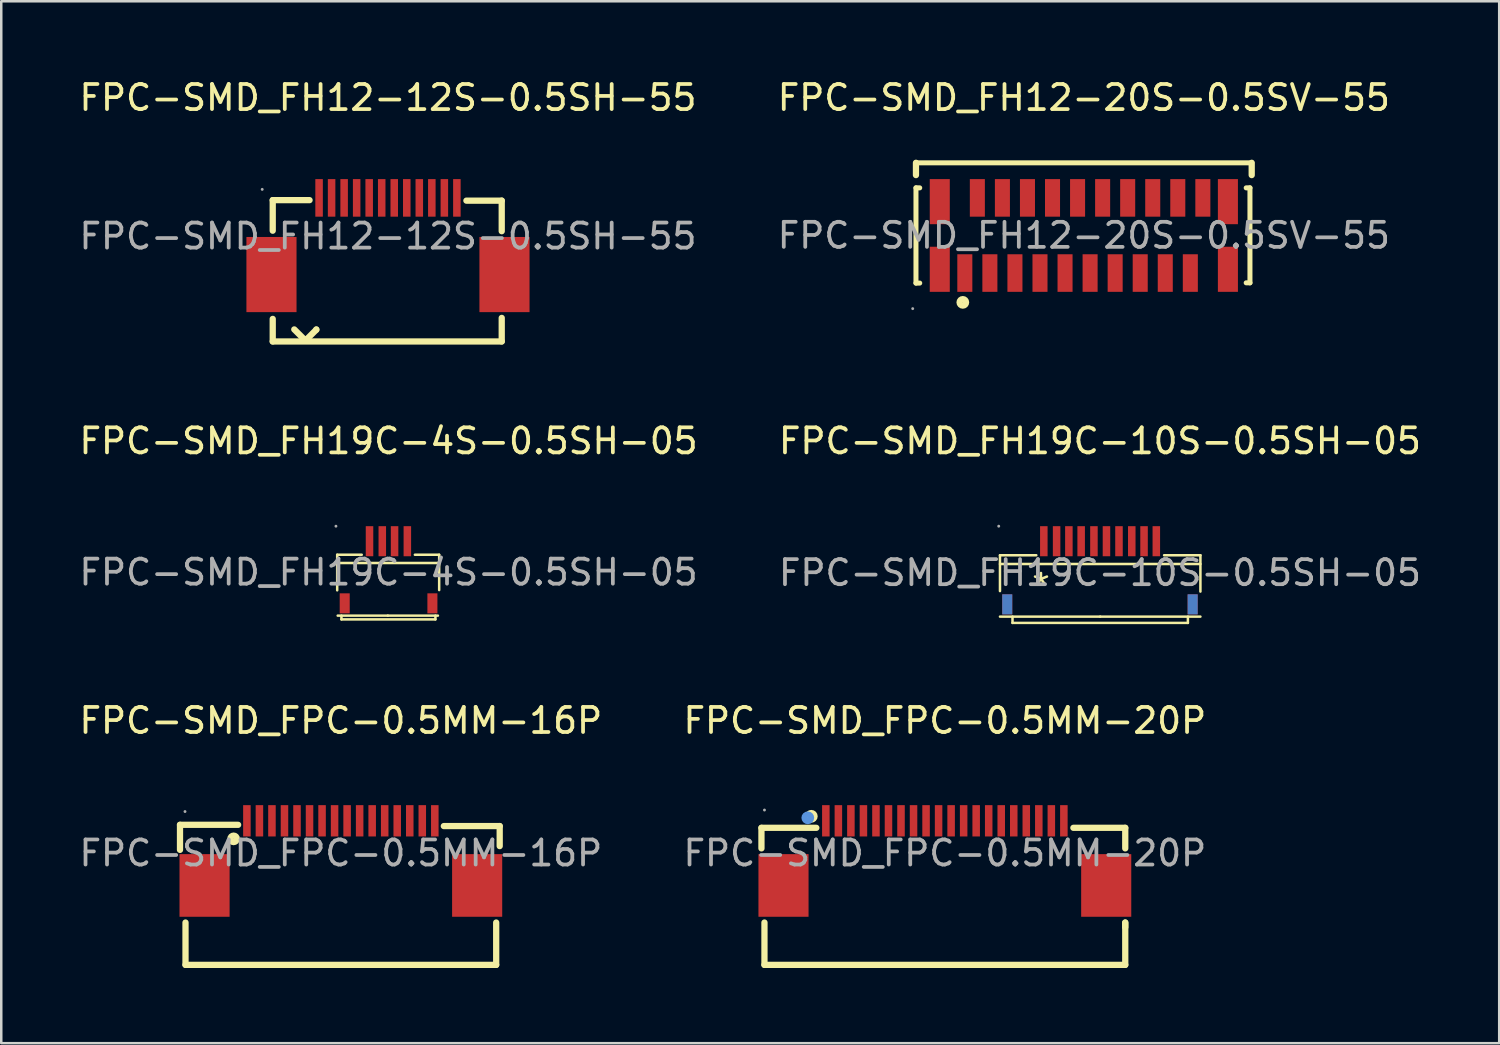
<source format=kicad_pcb>
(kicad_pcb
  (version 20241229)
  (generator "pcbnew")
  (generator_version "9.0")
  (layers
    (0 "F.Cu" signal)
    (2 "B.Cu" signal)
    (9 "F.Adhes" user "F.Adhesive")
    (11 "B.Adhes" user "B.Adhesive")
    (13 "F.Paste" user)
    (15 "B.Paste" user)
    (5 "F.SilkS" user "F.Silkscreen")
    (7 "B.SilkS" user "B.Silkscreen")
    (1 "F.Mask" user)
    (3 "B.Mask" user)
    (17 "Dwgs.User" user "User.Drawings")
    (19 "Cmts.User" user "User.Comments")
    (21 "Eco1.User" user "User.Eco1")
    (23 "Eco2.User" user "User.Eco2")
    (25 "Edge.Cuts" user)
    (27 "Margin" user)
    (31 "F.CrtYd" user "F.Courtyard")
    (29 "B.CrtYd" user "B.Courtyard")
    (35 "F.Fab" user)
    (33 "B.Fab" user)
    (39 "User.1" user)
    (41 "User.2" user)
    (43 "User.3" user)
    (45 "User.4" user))
  (footprint "FPC-SMD_FH19C-10S-0.5SH-05"
    (layer "F.Cu")
    (at 40.851 19.811)
    (property "Reference" "FPC-SMD_FH19C-10S-0.5SH-05" (at 0 -5.26 0) (layer "F.SilkS") (effects (font (size 1 1) (thickness 0.15))))
    (attr through_hole)
    (fp_line (start -3.99 -0.7) (end -2.54 -0.7) (stroke (width 0.1) (type solid)) (layer "F.SilkS"))
    (fp_line (start -3.99 -0.35) (end 4.01 -0.35) (stroke (width 0.1) (type solid)) (layer "F.SilkS"))
    (fp_line (start -3.99 0.73) (end -3.99 -0.7) (stroke (width 0.1) (type solid)) (layer "F.SilkS"))
    (fp_line (start -3.99 1.75) (end 0.01 1.75) (stroke (width 0.1) (type solid)) (layer "F.SilkS"))
    (fp_line (start -3.49 1.75) (end -3.49 2) (stroke (width 0.1) (type solid)) (layer "F.SilkS"))
    (fp_line (start -3.49 2) (end 3.51 2) (stroke (width 0.1) (type solid)) (layer "F.SilkS"))
    (fp_line (start 2.56 -0.7) (end 4.01 -0.7) (stroke (width 0.1) (type solid)) (layer "F.SilkS"))
    (fp_line (start 3.51 2) (end 3.51 1.75) (stroke (width 0.1) (type solid)) (layer "F.SilkS"))
    (fp_line (start 4.01 -0.7) (end 4.01 0.75) (stroke (width 0.1) (type solid)) (layer "F.SilkS"))
    (fp_line (start 4.01 1.75) (end 0.01 1.75) (stroke (width 0.1) (type solid)) (layer "F.SilkS"))
    (fp_circle (center -4.04 -1.86) (end -4.01 -1.86) (stroke (width 0.06) (type solid)) (fill no) (layer "F.Fab"))
    (fp_text user "*" (at -2.8 0.55 0) (layer "F.SilkS") (effects (font (size 1 1) (thickness 0.1)) (justify left)))
    (fp_text user "${REFERENCE}" (at 0 0 0) (layer "F.Fab") (effects (font (size 1 1) (thickness 0.15))))
    (pad "1" smd rect (at -2.24 -1.26 180) (size 0.3 1.2) (layers "F.Cu" "F.Mask" "F.Paste"))
    (pad "2" smd rect (at -1.73 -1.26 180) (size 0.3 1.2) (layers "F.Cu" "F.Mask" "F.Paste"))
    (pad "3" smd rect (at -1.24 -1.26 180) (size 0.3 1.2) (layers "F.Cu" "F.Mask" "F.Paste"))
    (pad "4" smd rect (at -0.75 -1.26 180) (size 0.3 1.2) (layers "F.Cu" "F.Mask" "F.Paste"))
    (pad "5" smd rect (at -0.24 -1.26 180) (size 0.3 1.2) (layers "F.Cu" "F.Mask" "F.Paste"))
    (pad "6" smd rect (at 0.26 -1.26 180) (size 0.3 1.2) (layers "F.Cu" "F.Mask" "F.Paste"))
    (pad "7" smd rect (at 0.76 -1.26 180) (size 0.3 1.2) (layers "F.Cu" "F.Mask" "F.Paste"))
    (pad "8" smd rect (at 1.27 -1.26 180) (size 0.3 1.2) (layers "F.Cu" "F.Mask" "F.Paste"))
    (pad "9" smd rect (at 1.76 -1.26 180) (size 0.3 1.2) (layers "F.Cu" "F.Mask" "F.Paste"))
    (pad "10" smd rect (at 2.25 -1.26 180) (size 0.3 1.2) (layers "F.Cu" "F.Mask" "F.Paste"))
    (pad "11" thru_hole rect (at 3.7 1.26 180) (size 0.4 0.8) (drill 0.001) (layers "F.Cu" "F.Mask" "F.Paste"))
    (pad "12" thru_hole rect (at -3.7 1.26) (size 0.4 0.8) (drill 0.001) (layers "F.Cu" "F.Mask" "F.Paste")))
  (footprint "FPC-SMD_FH12-12S-0.5SH-55"
    (layer "F.Cu")
    (at 12.435 6.378)
    (property "Reference" "FPC-SMD_FH12-12S-0.5SH-55" (at 0 -5.53 0) (layer "F.SilkS") (effects (font (size 1 1) (thickness 0.15))))
    (attr through_hole)
    (fp_line (start -4.6 -1.44) (end -4.6 -0.22) (stroke (width 0.25) (type solid)) (layer "F.SilkS"))
    (fp_line (start -4.6 4.2) (end -4.6 3.3) (stroke (width 0.25) (type solid)) (layer "F.SilkS"))
    (fp_line (start -3.33 4.13) (end -3.74 3.72) (stroke (width 0.25) (type solid)) (layer "F.SilkS"))
    (fp_line (start -3.26 4.13) (end -3.33 4.13) (stroke (width 0.25) (type solid)) (layer "F.SilkS"))
    (fp_line (start -3.13 -1.44) (end -4.6 -1.44) (stroke (width 0.25) (type solid)) (layer "F.SilkS"))
    (fp_line (start -2.86 3.72) (end -2.86 3.73) (stroke (width 0.25) (type solid)) (layer "F.SilkS"))
    (fp_line (start -2.86 3.73) (end -3.26 4.13) (stroke (width 0.25) (type solid)) (layer "F.SilkS"))
    (fp_line (start 3.13 -1.42) (end 4.54 -1.42) (stroke (width 0.25) (type solid)) (layer "F.SilkS"))
    (fp_line (start 4.54 -1.42) (end 4.54 -0.2) (stroke (width 0.25) (type solid)) (layer "F.SilkS"))
    (fp_line (start 4.54 3.26) (end 4.54 4.2) (stroke (width 0.25) (type solid)) (layer "F.SilkS"))
    (fp_line (start 4.54 4.2) (end -4.6 4.2) (stroke (width 0.25) (type solid)) (layer "F.SilkS"))
    (fp_circle (center -5.02 -1.87) (end -4.99 -1.87) (stroke (width 0.06) (type solid)) (fill no) (layer "F.Fab"))
    (fp_text user "${REFERENCE}" (at 0 0 0) (layer "F.Fab") (effects (font (size 1 1) (thickness 0.15))))
    (pad "1" smd rect (at -2.75 -1.53 180) (size 0.3 1.5) (layers "F.Cu" "F.Mask" "F.Paste"))
    (pad "2" smd rect (at -2.25 -1.53 180) (size 0.3 1.5) (layers "F.Cu" "F.Mask" "F.Paste"))
    (pad "3" smd rect (at -1.75 -1.53 180) (size 0.3 1.5) (layers "F.Cu" "F.Mask" "F.Paste"))
    (pad "4" smd rect (at -1.25 -1.53 180) (size 0.3 1.5) (layers "F.Cu" "F.Mask" "F.Paste"))
    (pad "5" smd rect (at -0.75 -1.53 180) (size 0.3 1.5) (layers "F.Cu" "F.Mask" "F.Paste"))
    (pad "6" smd rect (at -0.25 -1.53 180) (size 0.3 1.5) (layers "F.Cu" "F.Mask" "F.Paste"))
    (pad "7" smd rect (at 0.25 -1.53 180) (size 0.3 1.5) (layers "F.Cu" "F.Mask" "F.Paste"))
    (pad "8" smd rect (at 0.75 -1.53 180) (size 0.3 1.5) (layers "F.Cu" "F.Mask" "F.Paste"))
    (pad "9" smd rect (at 1.25 -1.53 180) (size 0.3 1.5) (layers "F.Cu" "F.Mask" "F.Paste"))
    (pad "10" smd rect (at 1.75 -1.53 180) (size 0.3 1.5) (layers "F.Cu" "F.Mask" "F.Paste"))
    (pad "11" smd rect (at 2.25 -1.53 180) (size 0.3 1.5) (layers "F.Cu" "F.Mask" "F.Paste"))
    (pad "12" smd rect (at 2.75 -1.53 180) (size 0.3 1.5) (layers "F.Cu" "F.Mask" "F.Paste"))
    (pad "13" smd rect (at -4.65 1.53) (size 2 3) (layers "F.Cu" "F.Mask" "F.Paste"))
    (pad "14" smd rect (at 4.65 1.53 180) (size 2 3) (layers "F.Cu" "F.Mask" "F.Paste")))
  (footprint "FPC-SMD_FPC-0.5MM-20P"
    (layer "F.Cu")
    (at 34.661 31)
    (property "Reference" "FPC-SMD_FPC-0.5MM-20P" (at 0 -5.29 0) (layer "F.SilkS") (effects (font (size 1 1) (thickness 0.15))))
    (attr through_hole)
    (fp_line (start -7.32 -1.01) (end -7.32 -0.19) (stroke (width 0.25) (type solid)) (layer "F.SilkS"))
    (fp_line (start -7.2 4.46) (end -7.2 2.77) (stroke (width 0.25) (type solid)) (layer "F.SilkS"))
    (fp_line (start -5.13 -1.01) (end -7.32 -1.01) (stroke (width 0.25) (type solid)) (layer "F.SilkS"))
    (fp_line (start 7.2 -1.01) (end 5.13 -1.01) (stroke (width 0.25) (type solid)) (layer "F.SilkS"))
    (fp_line (start 7.2 -0.19) (end 7.2 -1.01) (stroke (width 0.25) (type solid)) (layer "F.SilkS"))
    (fp_line (start 7.2 2.96) (end 7.2 2.77) (stroke (width 0.25) (type solid)) (layer "F.SilkS"))
    (fp_line (start 7.2 4.46) (end -7.2 4.46) (stroke (width 0.25) (type solid)) (layer "F.SilkS"))
    (fp_line (start 7.2 4.46) (end 7.2 2.77) (stroke (width 0.25) (type solid)) (layer "F.SilkS"))
    (fp_circle (center -5.33 -1.47) (end -5.2 -1.47) (stroke (width 0.25) (type solid)) (fill no) (layer "F.SilkS"))
    (fp_circle (center -5.47 -1.41) (end -5.34 -1.41) (stroke (width 0.25) (type solid)) (fill no) (layer "Cmts.User"))
    (fp_circle (center -7.2 -1.72) (end -7.17 -1.72) (stroke (width 0.06) (type solid)) (fill no) (layer "F.Fab"))
    (fp_text user "${REFERENCE}" (at 0 0 0) (layer "F.Fab") (effects (font (size 1 1) (thickness 0.15))))
    (pad "1" smd rect (at -4.75 -1.29) (size 0.3 1.25) (layers "F.Cu" "F.Mask" "F.Paste"))
    (pad "2" smd rect (at -4.25 -1.29) (size 0.3 1.25) (layers "F.Cu" "F.Mask" "F.Paste"))
    (pad "3" smd rect (at -3.75 -1.29) (size 0.3 1.25) (layers "F.Cu" "F.Mask" "F.Paste"))
    (pad "4" smd rect (at -3.25 -1.29) (size 0.3 1.25) (layers "F.Cu" "F.Mask" "F.Paste"))
    (pad "5" smd rect (at -2.75 -1.29) (size 0.3 1.25) (layers "F.Cu" "F.Mask" "F.Paste"))
    (pad "6" smd rect (at -2.25 -1.29) (size 0.3 1.25) (layers "F.Cu" "F.Mask" "F.Paste"))
    (pad "7" smd rect (at -1.75 -1.29) (size 0.3 1.25) (layers "F.Cu" "F.Mask" "F.Paste"))
    (pad "8" smd rect (at -1.25 -1.29) (size 0.3 1.25) (layers "F.Cu" "F.Mask" "F.Paste"))
    (pad "9" smd rect (at -0.75 -1.29) (size 0.3 1.25) (layers "F.Cu" "F.Mask" "F.Paste"))
    (pad "10" smd rect (at -0.25 -1.29) (size 0.3 1.25) (layers "F.Cu" "F.Mask" "F.Paste"))
    (pad "11" smd rect (at 0.25 -1.29) (size 0.3 1.25) (layers "F.Cu" "F.Mask" "F.Paste"))
    (pad "12" smd rect (at 0.75 -1.29) (size 0.3 1.25) (layers "F.Cu" "F.Mask" "F.Paste"))
    (pad "13" smd rect (at 1.25 -1.29) (size 0.3 1.25) (layers "F.Cu" "F.Mask" "F.Paste"))
    (pad "14" smd rect (at 1.75 -1.29) (size 0.3 1.25) (layers "F.Cu" "F.Mask" "F.Paste"))
    (pad "15" smd rect (at 2.25 -1.29) (size 0.3 1.25) (layers "F.Cu" "F.Mask" "F.Paste"))
    (pad "16" smd rect (at 2.75 -1.29) (size 0.3 1.25) (layers "F.Cu" "F.Mask" "F.Paste"))
    (pad "17" smd rect (at 3.25 -1.29) (size 0.3 1.25) (layers "F.Cu" "F.Mask" "F.Paste"))
    (pad "18" smd rect (at 3.75 -1.29) (size 0.3 1.25) (layers "F.Cu" "F.Mask" "F.Paste"))
    (pad "19" smd rect (at 4.25 -1.29) (size 0.3 1.25) (layers "F.Cu" "F.Mask" "F.Paste"))
    (pad "20" smd rect (at 4.75 -1.29) (size 0.3 1.25) (layers "F.Cu" "F.Mask" "F.Paste"))
    (pad "21" smd rect (at 6.44 1.29) (size 2 2.5) (layers "F.Cu" "F.Mask" "F.Paste"))
    (pad "22" smd rect (at -6.44 1.29) (size 2 2.5) (layers "F.Cu" "F.Mask" "F.Paste")))
  (footprint "FPC-SMD_FPC-0.5MM-16P"
    (layer "F.Cu")
    (at 10.554 31)
    (property "Reference" "FPC-SMD_FPC-0.5MM-16P" (at 0 -5.29 0) (layer "F.SilkS") (effects (font (size 1 1) (thickness 0.15))))
    (attr through_hole)
    (fp_line (start -6.42 -1.13) (end -6.42 -0.13) (stroke (width 0.25) (type solid)) (layer "F.SilkS"))
    (fp_line (start -6.2 4.46) (end -6.2 2.77) (stroke (width 0.25) (type solid)) (layer "F.SilkS"))
    (fp_line (start -4.1 -1.13) (end -6.42 -1.13) (stroke (width 0.25) (type solid)) (layer "F.SilkS"))
    (fp_line (start 4.11 -1.08) (end 6.34 -1.08) (stroke (width 0.25) (type solid)) (layer "F.SilkS"))
    (fp_line (start 6.2 4.46) (end -6.2 4.46) (stroke (width 0.25) (type solid)) (layer "F.SilkS"))
    (fp_line (start 6.2 4.46) (end 6.2 2.77) (stroke (width 0.25) (type solid)) (layer "F.SilkS"))
    (fp_line (start 6.34 -1.08) (end 6.34 -0.28) (stroke (width 0.25) (type solid)) (layer "F.SilkS"))
    (fp_circle (center -4.28 -0.57) (end -4.15 -0.57) (stroke (width 0.25) (type solid)) (fill no) (layer "F.SilkS"))
    (fp_circle (center -6.22 -1.66) (end -6.19 -1.66) (stroke (width 0.06) (type solid)) (fill no) (layer "F.Fab"))
    (fp_text user "${REFERENCE}" (at 0 0 0) (layer "F.Fab") (effects (font (size 1 1) (thickness 0.15))))
    (pad "1" smd rect (at -3.75 -1.29) (size 0.3 1.25) (layers "F.Cu" "F.Mask" "F.Paste"))
    (pad "2" smd rect (at -3.25 -1.29) (size 0.3 1.25) (layers "F.Cu" "F.Mask" "F.Paste"))
    (pad "3" smd rect (at -2.75 -1.29) (size 0.3 1.25) (layers "F.Cu" "F.Mask" "F.Paste"))
    (pad "4" smd rect (at -2.25 -1.29) (size 0.3 1.25) (layers "F.Cu" "F.Mask" "F.Paste"))
    (pad "5" smd rect (at -1.75 -1.29) (size 0.3 1.25) (layers "F.Cu" "F.Mask" "F.Paste"))
    (pad "6" smd rect (at -1.25 -1.29) (size 0.3 1.25) (layers "F.Cu" "F.Mask" "F.Paste"))
    (pad "7" smd rect (at -0.75 -1.29) (size 0.3 1.25) (layers "F.Cu" "F.Mask" "F.Paste"))
    (pad "8" smd rect (at -0.25 -1.29) (size 0.3 1.25) (layers "F.Cu" "F.Mask" "F.Paste"))
    (pad "9" smd rect (at 0.25 -1.29) (size 0.3 1.25) (layers "F.Cu" "F.Mask" "F.Paste"))
    (pad "10" smd rect (at 0.75 -1.29) (size 0.3 1.25) (layers "F.Cu" "F.Mask" "F.Paste"))
    (pad "11" smd rect (at 1.25 -1.29) (size 0.3 1.25) (layers "F.Cu" "F.Mask" "F.Paste"))
    (pad "12" smd rect (at 1.75 -1.29) (size 0.3 1.25) (layers "F.Cu" "F.Mask" "F.Paste"))
    (pad "13" smd rect (at 2.25 -1.29) (size 0.3 1.25) (layers "F.Cu" "F.Mask" "F.Paste"))
    (pad "14" smd rect (at 2.75 -1.29) (size 0.3 1.25) (layers "F.Cu" "F.Mask" "F.Paste"))
    (pad "15" smd rect (at 3.25 -1.29) (size 0.3 1.25) (layers "F.Cu" "F.Mask" "F.Paste"))
    (pad "16" smd rect (at 3.75 -1.29) (size 0.3 1.25) (layers "F.Cu" "F.Mask" "F.Paste"))
    (pad "17" smd rect (at 5.44 1.29) (size 2 2.5) (layers "F.Cu" "F.Mask" "F.Paste"))
    (pad "18" smd rect (at -5.44 1.29) (size 2 2.5) (layers "F.Cu" "F.Mask" "F.Paste")))
  (footprint "FPC-SMD_FH12-20S-0.5SV-55"
    (layer "F.Cu")
    (at 40.208 6.348)
    (property "Reference" "FPC-SMD_FH12-20S-0.5SV-55" (at 0 -5.5 0) (layer "F.SilkS") (effects (font (size 1 1) (thickness 0.15))))
    (attr through_hole)
    (fp_line (start -6.7 -2.9) (end -6.7 -2.41) (stroke (width 0.25) (type solid)) (layer "F.SilkS"))
    (fp_line (start -6.7 -2.9) (end 6.7 -2.9) (stroke (width 0.2) (type solid)) (layer "F.SilkS"))
    (fp_line (start -6.7 -1.9) (end -6.7 1.9) (stroke (width 0.2) (type solid)) (layer "F.SilkS"))
    (fp_line (start -6.7 1.9) (end -6.55 1.9) (stroke (width 0.2) (type solid)) (layer "F.SilkS"))
    (fp_line (start -6.55 -1.9) (end -6.7 -1.9) (stroke (width 0.2) (type solid)) (layer "F.SilkS"))
    (fp_line (start 6.48 -1.9) (end 6.63 -1.9) (stroke (width 0.2) (type solid)) (layer "F.SilkS"))
    (fp_line (start 6.63 -1.9) (end 6.63 1.89) (stroke (width 0.2) (type solid)) (layer "F.SilkS"))
    (fp_line (start 6.63 1.89) (end 6.48 1.89) (stroke (width 0.2) (type solid)) (layer "F.SilkS"))
    (fp_line (start 6.7 -2.9) (end 6.7 -2.41) (stroke (width 0.25) (type solid)) (layer "F.SilkS"))
    (fp_circle (center -4.83 2.67) (end -4.7 2.67) (stroke (width 0.25) (type solid)) (fill no) (layer "F.SilkS"))
    (fp_circle (center -6.83 2.92) (end -6.8 2.92) (stroke (width 0.06) (type solid)) (fill no) (layer "F.Fab"))
    (fp_text user "${REFERENCE}" (at 0 0 0) (layer "F.Fab") (effects (font (size 1 1) (thickness 0.15))))
    (pad "1" smd rect (at -4.75 1.5 90) (size 1.5 0.6) (layers "F.Cu" "F.Mask" "F.Paste"))
    (pad "2" smd rect (at -4.25 -1.5 90) (size 1.5 0.6) (layers "F.Cu" "F.Mask" "F.Paste"))
    (pad "3" smd rect (at -3.75 1.5 90) (size 1.5 0.6) (layers "F.Cu" "F.Mask" "F.Paste"))
    (pad "4" smd rect (at -3.25 -1.5 90) (size 1.5 0.6) (layers "F.Cu" "F.Mask" "F.Paste"))
    (pad "5" smd rect (at -2.75 1.5 90) (size 1.5 0.6) (layers "F.Cu" "F.Mask" "F.Paste"))
    (pad "6" smd rect (at -2.25 -1.5 90) (size 1.5 0.6) (layers "F.Cu" "F.Mask" "F.Paste"))
    (pad "7" smd rect (at -1.75 1.5 90) (size 1.5 0.6) (layers "F.Cu" "F.Mask" "F.Paste"))
    (pad "8" smd rect (at -1.25 -1.5 90) (size 1.5 0.6) (layers "F.Cu" "F.Mask" "F.Paste"))
    (pad "9" smd rect (at -0.75 1.5 90) (size 1.5 0.6) (layers "F.Cu" "F.Mask" "F.Paste"))
    (pad "10" smd rect (at -0.25 -1.5 90) (size 1.5 0.6) (layers "F.Cu" "F.Mask" "F.Paste"))
    (pad "11" smd rect (at 0.25 1.5 90) (size 1.5 0.6) (layers "F.Cu" "F.Mask" "F.Paste"))
    (pad "12" smd rect (at 0.75 -1.5 90) (size 1.5 0.6) (layers "F.Cu" "F.Mask" "F.Paste"))
    (pad "13" smd rect (at 1.25 1.5 90) (size 1.5 0.6) (layers "F.Cu" "F.Mask" "F.Paste"))
    (pad "14" smd rect (at 1.75 -1.5 90) (size 1.5 0.6) (layers "F.Cu" "F.Mask" "F.Paste"))
    (pad "15" smd rect (at 2.25 1.5 90) (size 1.5 0.6) (layers "F.Cu" "F.Mask" "F.Paste"))
    (pad "16" smd rect (at 2.75 -1.5 90) (size 1.5 0.6) (layers "F.Cu" "F.Mask" "F.Paste"))
    (pad "17" smd rect (at 3.25 1.5 90) (size 1.5 0.6) (layers "F.Cu" "F.Mask" "F.Paste"))
    (pad "18" smd rect (at 3.75 -1.5 90) (size 1.5 0.6) (layers "F.Cu" "F.Mask" "F.Paste"))
    (pad "19" smd rect (at 4.25 1.5 90) (size 1.5 0.6) (layers "F.Cu" "F.Mask" "F.Paste"))
    (pad "20" smd rect (at 4.75 -1.5 90) (size 1.5 0.6) (layers "F.Cu" "F.Mask" "F.Paste"))
    (pad "21" smd rect (at 5.75 1.35 270) (size 1.8 0.8) (layers "F.Cu" "F.Mask" "F.Paste"))
    (pad "22" smd rect (at 5.75 -1.35 270) (size 1.8 0.8) (layers "F.Cu" "F.Mask" "F.Paste"))
    (pad "23" smd rect (at -5.75 1.35 90) (size 1.8 0.8) (layers "F.Cu" "F.Mask" "F.Paste"))
    (pad "24" smd rect (at -5.75 -1.35 90) (size 1.8 0.8) (layers "F.Cu" "F.Mask" "F.Paste")))
  (footprint "FPC-SMD_FH19C-4S-0.5SH-05"
    (layer "F.Cu")
    (at 12.458 19.791)
    (property "Reference" "FPC-SMD_FH19C-4S-0.5SH-05" (at 0 -5.24 0) (layer "F.SilkS") (effects (font (size 1 1) (thickness 0.15))))
    (attr through_hole)
    (fp_line (start -2.05 -0.7) (end -2.05 0.72) (stroke (width 0.1) (type solid)) (layer "F.SilkS"))
    (fp_line (start -2.05 -0.7) (end -1.07 -0.7) (stroke (width 0.1) (type solid)) (layer "F.SilkS"))
    (fp_line (start -2.03 -0.37) (end 2.02 -0.37) (stroke (width 0.1) (type solid)) (layer "F.SilkS"))
    (fp_line (start -2.03 1.73) (end -0.03 1.73) (stroke (width 0.1) (type solid)) (layer "F.SilkS"))
    (fp_line (start -1.88 1.73) (end -1.88 1.88) (stroke (width 0.1) (type solid)) (layer "F.SilkS"))
    (fp_line (start -1.88 1.88) (end 1.87 1.88) (stroke (width 0.1) (type solid)) (layer "F.SilkS"))
    (fp_line (start 1.05 -0.7) (end 2.02 -0.7) (stroke (width 0.1) (type solid)) (layer "F.SilkS"))
    (fp_line (start 1.87 1.88) (end 1.87 1.73) (stroke (width 0.1) (type solid)) (layer "F.SilkS"))
    (fp_line (start 1.97 1.73) (end -0.03 1.73) (stroke (width 0.1) (type solid)) (layer "F.SilkS"))
    (fp_line (start 2.02 -0.7) (end 2.02 0.71) (stroke (width 0.1) (type solid)) (layer "F.SilkS"))
    (fp_line (start 2.02 -0.37) (end 1.97 -0.37) (stroke (width 0.1) (type solid)) (layer "F.SilkS"))
    (fp_circle (center -2.1 -1.84) (end -2.07 -1.84) (stroke (width 0.06) (type solid)) (fill no) (layer "F.Fab"))
    (fp_text user "${REFERENCE}" (at 0 0 0) (layer "F.Fab") (effects (font (size 1 1) (thickness 0.15))))
    (pad "1" smd rect (at -0.76 -1.24 180) (size 0.3 1.2) (layers "F.Cu" "F.Mask" "F.Paste"))
    (pad "2" smd rect (at -0.25 -1.24 180) (size 0.3 1.2) (layers "F.Cu" "F.Mask" "F.Paste"))
    (pad "3" smd rect (at 0.24 -1.24 180) (size 0.3 1.2) (layers "F.Cu" "F.Mask" "F.Paste"))
    (pad "4" smd rect (at 0.75 -1.24 180) (size 0.3 1.2) (layers "F.Cu" "F.Mask" "F.Paste"))
    (pad "5" smd rect (at -1.75 1.24) (size 0.4 0.8) (layers "F.Cu" "F.Mask" "F.Paste"))
    (pad "6" smd rect (at 1.75 1.24 180) (size 0.4 0.8) (layers "F.Cu" "F.Mask" "F.Paste")))
  (gr_rect
    (start -3 -3)
    (end 56.786 38.585)
    (stroke (width 0.1) (type default))
    (fill no)
    (layer "Edge.Cuts")))
</source>
